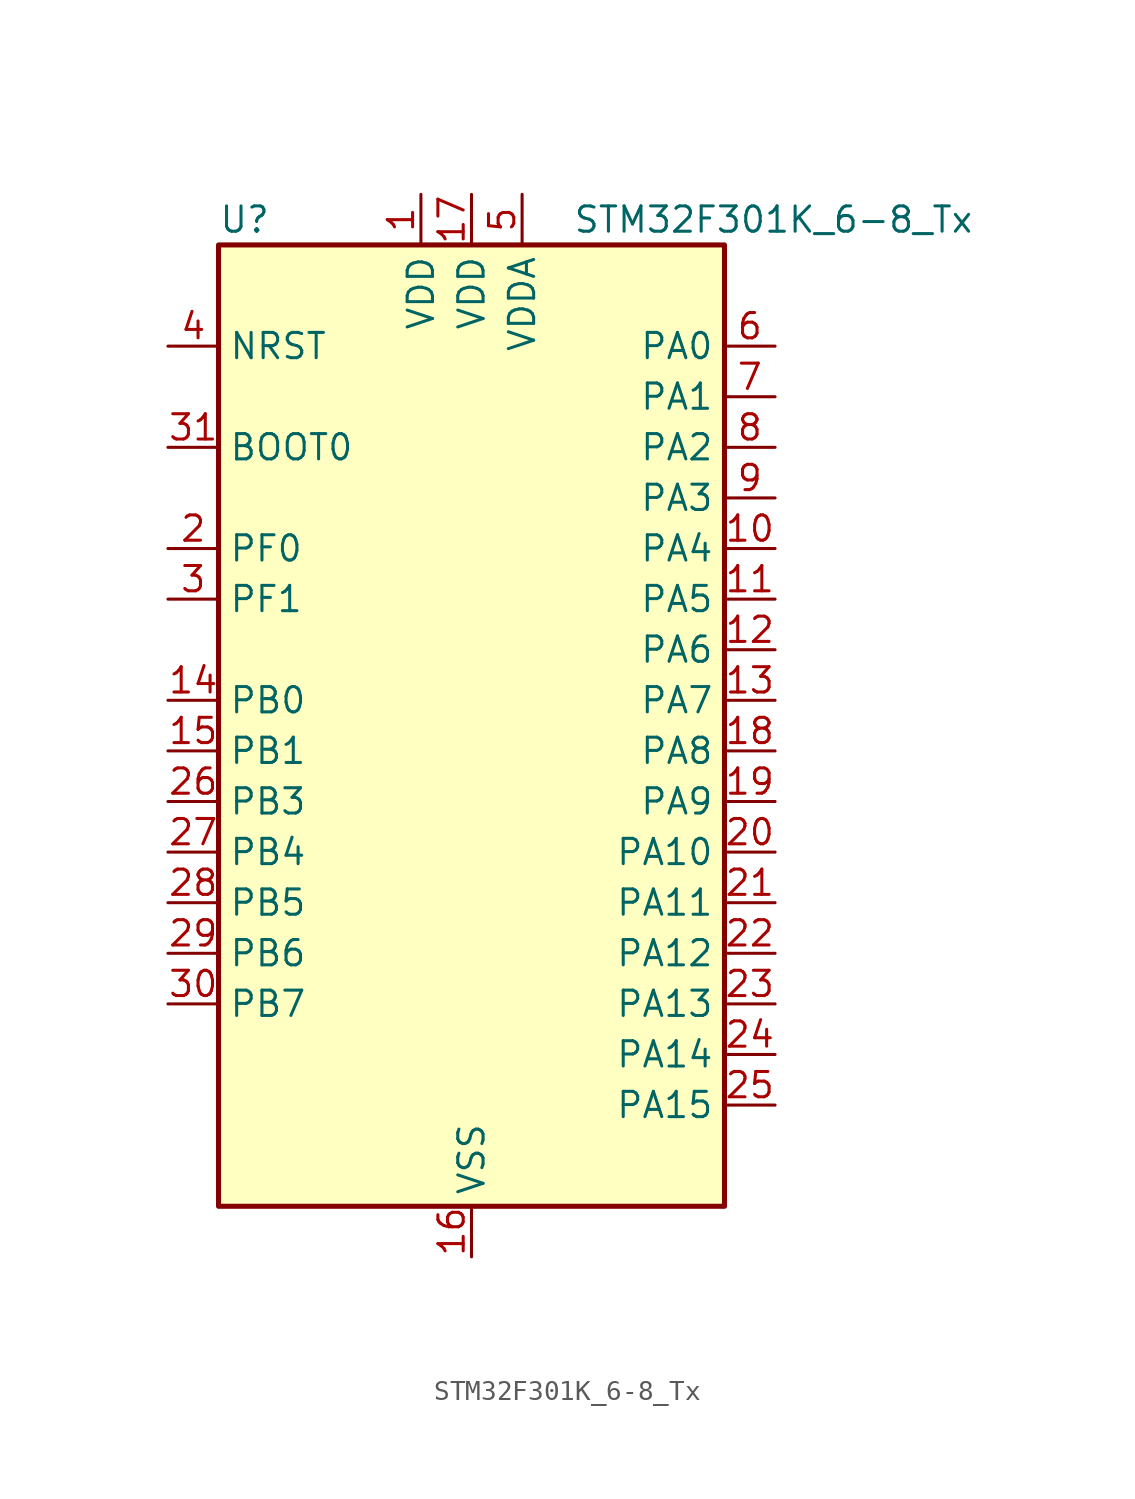
<source format=kicad_sym>
(kicad_symbol_lib
  (version 20241209)
  (generator "kicad_symbol_editor")
  (generator_version "9.0")
  (symbol "STM32F301K_6-8_Tx"
    (property "Reference" "U"
      (at -12.7 26.67 0)
      (effects (font (size 1.27 1.27)) (justify left)))
    (property "Value" "STM32F301K_6-8_Tx"
      (at 5.08 26.67 0)
      (effects (font (size 1.27 1.27)) (justify left)))
    (symbol "STM32F301K_6-8_Tx_0_1"
      (rectangle (start -12.7 -22.86) (end 12.7 25.4) (stroke (width 0.254) (type default)) (fill (type background))))
    (symbol "STM32F301K_6-8_Tx_1_1"
      (pin input line (at -15.24 20.32 0) (length 2.54) (name "NRST" (effects (font (size 1.27 1.27)))) (number "4" (effects (font (size 1.27 1.27)))))
      (pin input line (at -15.24 15.24 0) (length 2.54) (name "BOOT0" (effects (font (size 1.27 1.27)))) (number "31" (effects (font (size 1.27 1.27)))))
      (pin bidirectional line (at -15.24 10.16 0) (length 2.54) (name "PF0" (effects (font (size 1.27 1.27)))) (number "2" (effects (font (size 1.27 1.27)))) (alternate "I2C2_SDA" bidirectional line) (alternate "I2S2_WS" bidirectional line) (alternate "RCC_OSC_IN" bidirectional line) (alternate "SPI2_NSS" bidirectional line) (alternate "TIM1_CH3N" bidirectional line))
      (pin bidirectional line (at -15.24 7.62 0) (length 2.54) (name "PF1" (effects (font (size 1.27 1.27)))) (number "3" (effects (font (size 1.27 1.27)))) (alternate "I2C2_SCL" bidirectional line) (alternate "I2S2_CK" bidirectional line) (alternate "RCC_OSC_OUT" bidirectional line) (alternate "SPI2_SCK" bidirectional line))
      (pin bidirectional line (at -15.24 2.54 0) (length 2.54) (name "PB0" (effects (font (size 1.27 1.27)))) (number "14" (effects (font (size 1.27 1.27)))) (alternate "ADC1_IN11" bidirectional line) (alternate "COMP4_INP" bidirectional line) (alternate "OPAMP2_VINP" bidirectional line) (alternate "OPAMP2_VINP_SEC" bidirectional line) (alternate "TIM1_CH2N" bidirectional line) (alternate "TSC_G3_IO2" bidirectional line))
      (pin bidirectional line (at -15.24 0 0) (length 2.54) (name "PB1" (effects (font (size 1.27 1.27)))) (number "15" (effects (font (size 1.27 1.27)))) (alternate "ADC1_IN12" bidirectional line) (alternate "COMP4_OUT" bidirectional line) (alternate "TIM1_CH3N" bidirectional line) (alternate "TSC_G3_IO3" bidirectional line))
      (pin bidirectional line (at -15.24 -2.54 0) (length 2.54) (name "PB3" (effects (font (size 1.27 1.27)))) (number "26" (effects (font (size 1.27 1.27)))) (alternate "I2S3_CK" bidirectional line) (alternate "SPI3_SCK" bidirectional line) (alternate "SYS_JTDO-TRACESWO" bidirectional line) (alternate "TIM2_CH2" bidirectional line) (alternate "TSC_G5_IO1" bidirectional line) (alternate "USART2_TX" bidirectional line))
      (pin bidirectional line (at -15.24 -5.08 0) (length 2.54) (name "PB4" (effects (font (size 1.27 1.27)))) (number "27" (effects (font (size 1.27 1.27)))) (alternate "I2S3_ext_SD" bidirectional line) (alternate "SPI3_MISO" bidirectional line) (alternate "SYS_NJTRST" bidirectional line) (alternate "TIM16_CH1" bidirectional line) (alternate "TIM17_BKIN" bidirectional line) (alternate "TSC_G5_IO2" bidirectional line) (alternate "USART2_RX" bidirectional line))
      (pin bidirectional line (at -15.24 -7.62 0) (length 2.54) (name "PB5" (effects (font (size 1.27 1.27)))) (number "28" (effects (font (size 1.27 1.27)))) (alternate "I2C1_SMBA" bidirectional line) (alternate "I2C3_SDA" bidirectional line) (alternate "I2S3_SD" bidirectional line) (alternate "SPI3_MOSI" bidirectional line) (alternate "TIM16_BKIN" bidirectional line) (alternate "TIM17_CH1" bidirectional line) (alternate "USART2_CK" bidirectional line))
      (pin bidirectional line (at -15.24 -10.16 0) (length 2.54) (name "PB6" (effects (font (size 1.27 1.27)))) (number "29" (effects (font (size 1.27 1.27)))) (alternate "I2C1_SCL" bidirectional line) (alternate "TIM16_CH1N" bidirectional line) (alternate "TSC_G5_IO3" bidirectional line) (alternate "USART1_TX" bidirectional line))
      (pin bidirectional line (at -15.24 -12.7 0) (length 2.54) (name "PB7" (effects (font (size 1.27 1.27)))) (number "30" (effects (font (size 1.27 1.27)))) (alternate "I2C1_SDA" bidirectional line) (alternate "TIM17_CH1N" bidirectional line) (alternate "TSC_G5_IO4" bidirectional line) (alternate "USART1_RX" bidirectional line))
      (pin power_in line (at -2.54 27.94 270) (length 2.54) (name "VDD" (effects (font (size 1.27 1.27)))) (number "1" (effects (font (size 1.27 1.27)))))
      (pin power_in line (at 0 27.94 270) (length 2.54) (name "VDD" (effects (font (size 1.27 1.27)))) (number "17" (effects (font (size 1.27 1.27)))))
      (pin power_in line (at 0 -25.4 90) (length 2.54) (name "VSS" (effects (font (size 1.27 1.27)))) (number "16" (effects (font (size 1.27 1.27)))))
      (pin passive line (at 0 -25.4 90) (length 2.54) (hide yes) (name "VSS" (effects (font (size 1.27 1.27)))) (number "32" (effects (font (size 1.27 1.27)))))
      (pin power_in line (at 2.54 27.94 270) (length 2.54) (name "VDDA" (effects (font (size 1.27 1.27)))) (number "5" (effects (font (size 1.27 1.27)))))
      (pin bidirectional line (at 15.24 20.32 180) (length 2.54) (name "PA0" (effects (font (size 1.27 1.27)))) (number "6" (effects (font (size 1.27 1.27)))) (alternate "ADC1_IN1" bidirectional line) (alternate "RTC_TAMP2" bidirectional line) (alternate "SYS_WKUP1" bidirectional line) (alternate "TIM2_CH1" bidirectional line) (alternate "TIM2_ETR" bidirectional line) (alternate "TSC_G1_IO1" bidirectional line) (alternate "USART2_CTS" bidirectional line))
      (pin bidirectional line (at 15.24 17.78 180) (length 2.54) (name "PA1" (effects (font (size 1.27 1.27)))) (number "7" (effects (font (size 1.27 1.27)))) (alternate "ADC1_IN2" bidirectional line) (alternate "RTC_REFIN" bidirectional line) (alternate "TIM15_CH1N" bidirectional line) (alternate "TIM2_CH2" bidirectional line) (alternate "TSC_G1_IO2" bidirectional line) (alternate "USART2_DE" bidirectional line) (alternate "USART2_RTS" bidirectional line))
      (pin bidirectional line (at 15.24 15.24 180) (length 2.54) (name "PA2" (effects (font (size 1.27 1.27)))) (number "8" (effects (font (size 1.27 1.27)))) (alternate "ADC1_IN3" bidirectional line) (alternate "COMP2_INM" bidirectional line) (alternate "COMP2_OUT" bidirectional line) (alternate "TIM15_CH1" bidirectional line) (alternate "TIM2_CH3" bidirectional line) (alternate "TSC_G1_IO3" bidirectional line) (alternate "USART2_TX" bidirectional line))
      (pin bidirectional line (at 15.24 12.7 180) (length 2.54) (name "PA3" (effects (font (size 1.27 1.27)))) (number "9" (effects (font (size 1.27 1.27)))) (alternate "ADC1_IN4" bidirectional line) (alternate "TIM15_CH2" bidirectional line) (alternate "TIM2_CH4" bidirectional line) (alternate "TSC_G1_IO4" bidirectional line) (alternate "USART2_RX" bidirectional line))
      (pin bidirectional line (at 15.24 10.16 180) (length 2.54) (name "PA4" (effects (font (size 1.27 1.27)))) (number "10" (effects (font (size 1.27 1.27)))) (alternate "ADC1_IN5" bidirectional line) (alternate "COMP2_INM" bidirectional line) (alternate "COMP4_INM" bidirectional line) (alternate "DAC_OUT1" bidirectional line) (alternate "I2S3_WS" bidirectional line) (alternate "SPI3_NSS" bidirectional line) (alternate "TSC_G2_IO1" bidirectional line) (alternate "USART2_CK" bidirectional line))
      (pin bidirectional line (at 15.24 7.62 180) (length 2.54) (name "PA5" (effects (font (size 1.27 1.27)))) (number "11" (effects (font (size 1.27 1.27)))) (alternate "OPAMP2_VINM" bidirectional line) (alternate "OPAMP2_VINM_SEC" bidirectional line) (alternate "TIM2_CH1" bidirectional line) (alternate "TIM2_ETR" bidirectional line) (alternate "TSC_G2_IO2" bidirectional line))
      (pin bidirectional line (at 15.24 5.08 180) (length 2.54) (name "PA6" (effects (font (size 1.27 1.27)))) (number "12" (effects (font (size 1.27 1.27)))) (alternate "ADC1_IN10" bidirectional line) (alternate "OPAMP2_VOUT" bidirectional line) (alternate "TIM16_CH1" bidirectional line) (alternate "TIM1_BKIN" bidirectional line) (alternate "TSC_G2_IO3" bidirectional line))
      (pin bidirectional line (at 15.24 2.54 180) (length 2.54) (name "PA7" (effects (font (size 1.27 1.27)))) (number "13" (effects (font (size 1.27 1.27)))) (alternate "ADC1_IN15" bidirectional line) (alternate "COMP2_INP" bidirectional line) (alternate "OPAMP2_VINP" bidirectional line) (alternate "OPAMP2_VINP_SEC" bidirectional line) (alternate "TIM17_CH1" bidirectional line) (alternate "TIM1_CH1N" bidirectional line) (alternate "TSC_G2_IO4" bidirectional line))
      (pin bidirectional line (at 15.24 0 180) (length 2.54) (name "PA8" (effects (font (size 1.27 1.27)))) (number "18" (effects (font (size 1.27 1.27)))) (alternate "I2C2_SMBA" bidirectional line) (alternate "I2C3_SCL" bidirectional line) (alternate "I2S2_MCK" bidirectional line) (alternate "RCC_MCO" bidirectional line) (alternate "TIM1_CH1" bidirectional line) (alternate "USART1_CK" bidirectional line))
      (pin bidirectional line (at 15.24 -2.54 180) (length 2.54) (name "PA9" (effects (font (size 1.27 1.27)))) (number "19" (effects (font (size 1.27 1.27)))) (alternate "DAC_EXTI9" bidirectional line) (alternate "I2C2_SCL" bidirectional line) (alternate "I2C3_SMBA" bidirectional line) (alternate "I2S3_MCK" bidirectional line) (alternate "TIM15_BKIN" bidirectional line) (alternate "TIM1_CH2" bidirectional line) (alternate "TIM2_CH3" bidirectional line) (alternate "TSC_G4_IO1" bidirectional line) (alternate "USART1_TX" bidirectional line))
      (pin bidirectional line (at 15.24 -5.08 180) (length 2.54) (name "PA10" (effects (font (size 1.27 1.27)))) (number "20" (effects (font (size 1.27 1.27)))) (alternate "I2C2_SDA" bidirectional line) (alternate "I2S2_ext_SD" bidirectional line) (alternate "SPI2_MISO" bidirectional line) (alternate "TIM17_BKIN" bidirectional line) (alternate "TIM1_CH3" bidirectional line) (alternate "TIM2_CH4" bidirectional line) (alternate "TSC_G4_IO2" bidirectional line) (alternate "USART1_RX" bidirectional line))
      (pin bidirectional line (at 15.24 -7.62 180) (length 2.54) (name "PA11" (effects (font (size 1.27 1.27)))) (number "21" (effects (font (size 1.27 1.27)))) (alternate "ADC1_EXTI11" bidirectional line) (alternate "I2S2_SD" bidirectional line) (alternate "SPI2_MOSI" bidirectional line) (alternate "TIM1_BKIN2" bidirectional line) (alternate "TIM1_CH1N" bidirectional line) (alternate "TIM1_CH4" bidirectional line) (alternate "USART1_CTS" bidirectional line))
      (pin bidirectional line (at 15.24 -10.16 180) (length 2.54) (name "PA12" (effects (font (size 1.27 1.27)))) (number "22" (effects (font (size 1.27 1.27)))) (alternate "COMP2_OUT" bidirectional line) (alternate "I2S_CKIN" bidirectional line) (alternate "TIM16_CH1" bidirectional line) (alternate "TIM1_CH2N" bidirectional line) (alternate "TIM1_ETR" bidirectional line) (alternate "USART1_DE" bidirectional line) (alternate "USART1_RTS" bidirectional line))
      (pin bidirectional line (at 15.24 -12.7 180) (length 2.54) (name "PA13" (effects (font (size 1.27 1.27)))) (number "23" (effects (font (size 1.27 1.27)))) (alternate "IR_OUT" bidirectional line) (alternate "SYS_JTMS-SWDIO" bidirectional line) (alternate "TIM16_CH1N" bidirectional line) (alternate "TSC_G4_IO3" bidirectional line))
      (pin bidirectional line (at 15.24 -15.24 180) (length 2.54) (name "PA14" (effects (font (size 1.27 1.27)))) (number "24" (effects (font (size 1.27 1.27)))) (alternate "I2C1_SDA" bidirectional line) (alternate "SYS_JTCK-SWCLK" bidirectional line) (alternate "TIM1_BKIN" bidirectional line) (alternate "TSC_G4_IO4" bidirectional line) (alternate "USART2_TX" bidirectional line))
      (pin bidirectional line (at 15.24 -17.78 180) (length 2.54) (name "PA15" (effects (font (size 1.27 1.27)))) (number "25" (effects (font (size 1.27 1.27)))) (alternate "ADC1_EXTI15" bidirectional line) (alternate "I2C1_SCL" bidirectional line) (alternate "I2S3_WS" bidirectional line) (alternate "SPI3_NSS" bidirectional line) (alternate "SYS_JTDI" bidirectional line) (alternate "TIM1_BKIN" bidirectional line) (alternate "TIM2_CH1" bidirectional line) (alternate "TIM2_ETR" bidirectional line) (alternate "TSC_SYNC" bidirectional line) (alternate "USART2_RX" bidirectional line)))))
</source>
